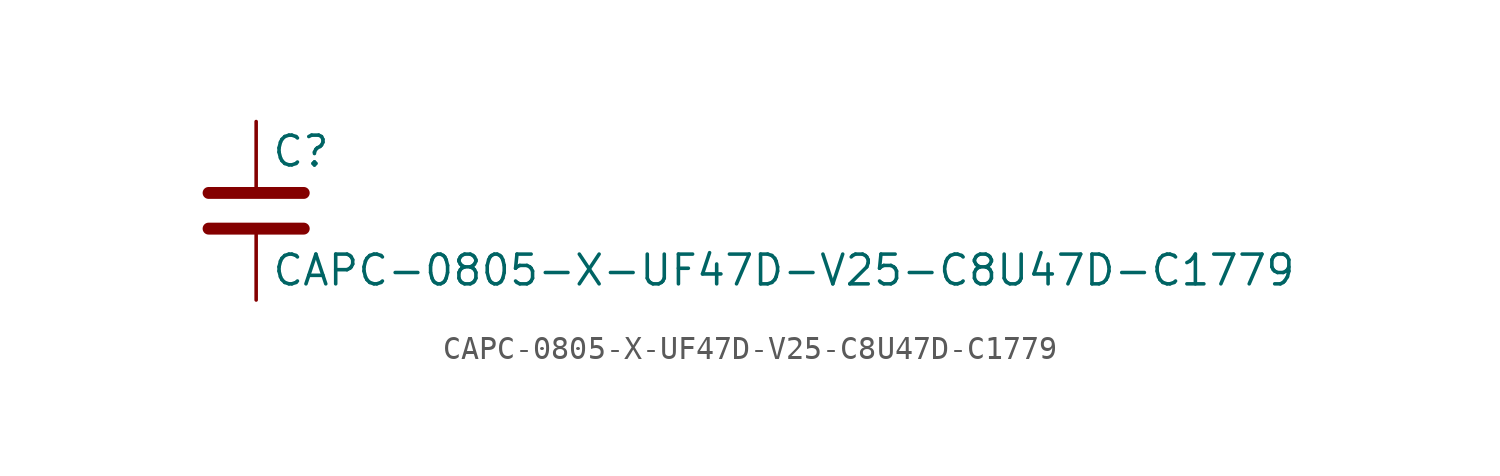
<source format=kicad_sym>
(kicad_symbol_lib
  (version 20211014)
  (generator kicad_symbol_editor)
  (symbol "CAPC-0805-X-UF47D-V25-C8U47D-C1779"
    (pin_numbers hide)
    (pin_names
      (offset 0.254))
    (property "Reference" "C"
      (at 0.635 2.54 0)
      (effects (font (size 1.27 1.27)) (justify left)))
    (property "Value" "CAPC-0805-X-UF47D-V25-C8U47D-C1779"
      (at 0.635 -2.54 0)
      (effects (font (size 1.27 1.27)) (justify left)))
    (symbol "CAPC-0805-X-UF47D-V25-C8U47D-C1779_0_1"
      (polyline (pts (xy -2.032 -0.762) (xy 2.032 -0.762)) (stroke (width 0.508) (type default) (color 0 0 0 0)) (fill (type none)))
      (polyline (pts (xy -2.032 0.762) (xy 2.032 0.762)) (stroke (width 0.508) (type default) (color 0 0 0 0)) (fill (type none))))
    (symbol "CAPC-0805-X-UF47D-V25-C8U47D-C1779_1_1"
      (pin passive line (at 0 3.81 270) (length 2.794) (name "~" (effects (font (size 1.27 1.27)))) (number "1" (effects (font (size 1.27 1.27)))))
      (pin passive line (at 0 -3.81 90) (length 2.794) (name "~" (effects (font (size 1.27 1.27)))) (number "2" (effects (font (size 1.27 1.27))))))))
</source>
